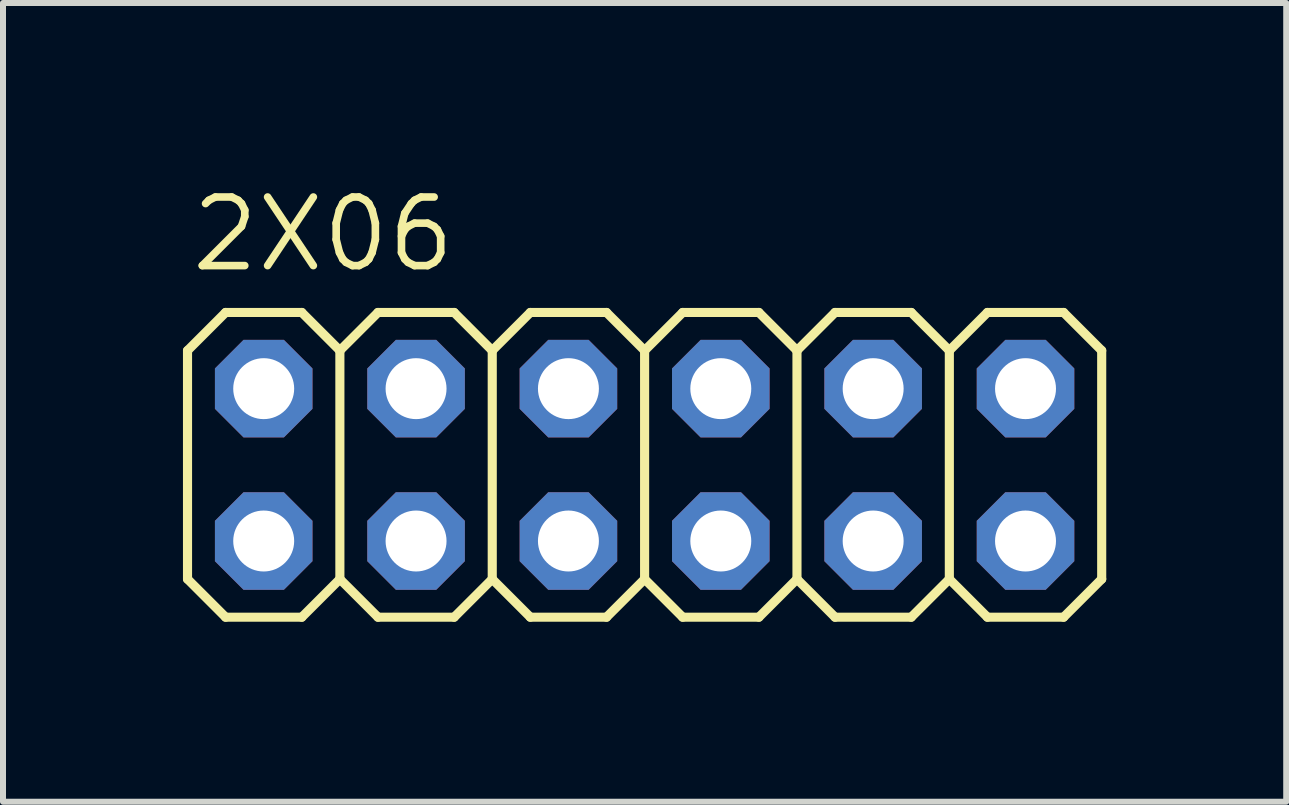
<source format=kicad_pcb>
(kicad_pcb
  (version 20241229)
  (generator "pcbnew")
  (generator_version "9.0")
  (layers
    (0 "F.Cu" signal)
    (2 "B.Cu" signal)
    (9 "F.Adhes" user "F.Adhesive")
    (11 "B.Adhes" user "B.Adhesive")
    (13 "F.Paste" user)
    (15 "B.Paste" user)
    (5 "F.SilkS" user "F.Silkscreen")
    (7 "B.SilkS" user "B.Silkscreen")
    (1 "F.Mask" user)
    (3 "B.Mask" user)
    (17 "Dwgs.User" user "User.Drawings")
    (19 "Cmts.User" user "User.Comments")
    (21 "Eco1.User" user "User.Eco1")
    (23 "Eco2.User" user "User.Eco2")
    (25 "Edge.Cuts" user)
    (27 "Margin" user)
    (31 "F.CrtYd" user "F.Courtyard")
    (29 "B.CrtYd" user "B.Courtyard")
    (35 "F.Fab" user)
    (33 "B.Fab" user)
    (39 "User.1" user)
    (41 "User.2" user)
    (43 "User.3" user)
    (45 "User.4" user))
  (footprint "2X06"
    (layer "F.Cu")
    (at 7.696 4.699)
    (property "Reference" "2X06" (at -7.62 -3.175 0) (layer "F.SilkS") (effects (font (size 1.143 1.143) (thickness 0.127)) (justify left bottom)))
    (fp_line (start -7.62 -1.905) (end -6.985 -2.54) (stroke (width 0.152) (type solid)) (layer "F.SilkS"))
    (fp_line (start -7.62 1.905) (end -7.62 -1.905) (stroke (width 0.152) (type solid)) (layer "F.SilkS"))
    (fp_line (start -7.62 1.905) (end -6.985 2.54) (stroke (width 0.152) (type solid)) (layer "F.SilkS"))
    (fp_line (start -6.985 -2.54) (end -5.715 -2.54) (stroke (width 0.152) (type solid)) (layer "F.SilkS"))
    (fp_line (start -6.985 2.54) (end -5.715 2.54) (stroke (width 0.152) (type solid)) (layer "F.SilkS"))
    (fp_line (start -5.715 -2.54) (end -5.08 -1.905) (stroke (width 0.152) (type solid)) (layer "F.SilkS"))
    (fp_line (start -5.715 2.54) (end -5.08 1.905) (stroke (width 0.152) (type solid)) (layer "F.SilkS"))
    (fp_line (start -5.08 -1.905) (end -5.08 1.905) (stroke (width 0.152) (type solid)) (layer "F.SilkS"))
    (fp_line (start -5.08 -1.905) (end -4.445 -2.54) (stroke (width 0.152) (type solid)) (layer "F.SilkS"))
    (fp_line (start -5.08 1.905) (end -4.445 2.54) (stroke (width 0.152) (type solid)) (layer "F.SilkS"))
    (fp_line (start -4.445 -2.54) (end -3.175 -2.54) (stroke (width 0.152) (type solid)) (layer "F.SilkS"))
    (fp_line (start -4.445 2.54) (end -3.175 2.54) (stroke (width 0.152) (type solid)) (layer "F.SilkS"))
    (fp_line (start -3.175 -2.54) (end -2.54 -1.905) (stroke (width 0.152) (type solid)) (layer "F.SilkS"))
    (fp_line (start -3.175 2.54) (end -2.54 1.905) (stroke (width 0.152) (type solid)) (layer "F.SilkS"))
    (fp_line (start -2.54 -1.905) (end -2.54 1.905) (stroke (width 0.152) (type solid)) (layer "F.SilkS"))
    (fp_line (start -2.54 -1.905) (end -1.905 -2.54) (stroke (width 0.152) (type solid)) (layer "F.SilkS"))
    (fp_line (start -2.54 1.905) (end -1.905 2.54) (stroke (width 0.152) (type solid)) (layer "F.SilkS"))
    (fp_line (start -1.905 -2.54) (end -0.635 -2.54) (stroke (width 0.152) (type solid)) (layer "F.SilkS"))
    (fp_line (start -1.905 2.54) (end -0.635 2.54) (stroke (width 0.152) (type solid)) (layer "F.SilkS"))
    (fp_line (start -0.635 -2.54) (end 0 -1.905) (stroke (width 0.152) (type solid)) (layer "F.SilkS"))
    (fp_line (start -0.635 2.54) (end 0 1.905) (stroke (width 0.152) (type solid)) (layer "F.SilkS"))
    (fp_line (start 0 -1.905) (end 0 1.905) (stroke (width 0.152) (type solid)) (layer "F.SilkS"))
    (fp_line (start 0 -1.905) (end 0.635 -2.54) (stroke (width 0.152) (type solid)) (layer "F.SilkS"))
    (fp_line (start 0 1.905) (end 0.635 2.54) (stroke (width 0.152) (type solid)) (layer "F.SilkS"))
    (fp_line (start 0.635 -2.54) (end 1.905 -2.54) (stroke (width 0.152) (type solid)) (layer "F.SilkS"))
    (fp_line (start 0.635 2.54) (end 1.905 2.54) (stroke (width 0.152) (type solid)) (layer "F.SilkS"))
    (fp_line (start 1.905 -2.54) (end 2.54 -1.905) (stroke (width 0.152) (type solid)) (layer "F.SilkS"))
    (fp_line (start 1.905 2.54) (end 2.54 1.905) (stroke (width 0.152) (type solid)) (layer "F.SilkS"))
    (fp_line (start 2.54 -1.905) (end 2.54 1.905) (stroke (width 0.152) (type solid)) (layer "F.SilkS"))
    (fp_line (start 2.54 -1.905) (end 3.175 -2.54) (stroke (width 0.152) (type solid)) (layer "F.SilkS"))
    (fp_line (start 2.54 1.905) (end 3.175 2.54) (stroke (width 0.152) (type solid)) (layer "F.SilkS"))
    (fp_line (start 3.175 -2.54) (end 4.445 -2.54) (stroke (width 0.152) (type solid)) (layer "F.SilkS"))
    (fp_line (start 3.175 2.54) (end 4.445 2.54) (stroke (width 0.152) (type solid)) (layer "F.SilkS"))
    (fp_line (start 4.445 -2.54) (end 5.08 -1.905) (stroke (width 0.152) (type solid)) (layer "F.SilkS"))
    (fp_line (start 4.445 2.54) (end 5.08 1.905) (stroke (width 0.152) (type solid)) (layer "F.SilkS"))
    (fp_line (start 5.08 -1.905) (end 5.08 1.905) (stroke (width 0.152) (type solid)) (layer "F.SilkS"))
    (fp_line (start 5.08 -1.905) (end 5.715 -2.54) (stroke (width 0.152) (type solid)) (layer "F.SilkS"))
    (fp_line (start 5.08 1.905) (end 5.715 2.54) (stroke (width 0.152) (type solid)) (layer "F.SilkS"))
    (fp_line (start 5.715 -2.54) (end 6.985 -2.54) (stroke (width 0.152) (type solid)) (layer "F.SilkS"))
    (fp_line (start 5.715 2.54) (end 6.985 2.54) (stroke (width 0.152) (type solid)) (layer "F.SilkS"))
    (fp_line (start 6.985 -2.54) (end 7.62 -1.905) (stroke (width 0.152) (type solid)) (layer "F.SilkS"))
    (fp_line (start 6.985 2.54) (end 7.62 1.905) (stroke (width 0.152) (type solid)) (layer "F.SilkS"))
    (fp_line (start 7.62 -1.905) (end 7.62 1.905) (stroke (width 0.152) (type solid)) (layer "F.SilkS"))
    (fp_poly (pts (xy -6.604 -1.016) (xy -6.096 -1.016) (xy -6.096 -1.524) (xy -6.604 -1.524)) (stroke (width 0.1) (type default)) (fill no) (layer "F.Fab"))
    (fp_poly (pts (xy -6.604 1.524) (xy -6.096 1.524) (xy -6.096 1.016) (xy -6.604 1.016)) (stroke (width 0.1) (type default)) (fill no) (layer "F.Fab"))
    (fp_poly (pts (xy -4.064 -1.016) (xy -3.556 -1.016) (xy -3.556 -1.524) (xy -4.064 -1.524)) (stroke (width 0.1) (type default)) (fill no) (layer "F.Fab"))
    (fp_poly (pts (xy -4.064 1.524) (xy -3.556 1.524) (xy -3.556 1.016) (xy -4.064 1.016)) (stroke (width 0.1) (type default)) (fill no) (layer "F.Fab"))
    (fp_poly (pts (xy -1.524 -1.016) (xy -1.016 -1.016) (xy -1.016 -1.524) (xy -1.524 -1.524)) (stroke (width 0.1) (type default)) (fill no) (layer "F.Fab"))
    (fp_poly (pts (xy -1.524 1.524) (xy -1.016 1.524) (xy -1.016 1.016) (xy -1.524 1.016)) (stroke (width 0.1) (type default)) (fill no) (layer "F.Fab"))
    (fp_poly (pts (xy 1.016 -1.016) (xy 1.524 -1.016) (xy 1.524 -1.524) (xy 1.016 -1.524)) (stroke (width 0.1) (type default)) (fill no) (layer "F.Fab"))
    (fp_poly (pts (xy 1.016 1.524) (xy 1.524 1.524) (xy 1.524 1.016) (xy 1.016 1.016)) (stroke (width 0.1) (type default)) (fill no) (layer "F.Fab"))
    (fp_poly (pts (xy 3.556 -1.016) (xy 4.064 -1.016) (xy 4.064 -1.524) (xy 3.556 -1.524)) (stroke (width 0.1) (type default)) (fill no) (layer "F.Fab"))
    (fp_poly (pts (xy 3.556 1.524) (xy 4.064 1.524) (xy 4.064 1.016) (xy 3.556 1.016)) (stroke (width 0.1) (type default)) (fill no) (layer "F.Fab"))
    (fp_poly (pts (xy 6.096 -1.016) (xy 6.604 -1.016) (xy 6.604 -1.524) (xy 6.096 -1.524)) (stroke (width 0.1) (type default)) (fill no) (layer "F.Fab"))
    (fp_poly (pts (xy 6.096 1.524) (xy 6.604 1.524) (xy 6.604 1.016) (xy 6.096 1.016)) (stroke (width 0.1) (type default)) (fill no) (layer "F.Fab"))
    (pad "1" thru_hole roundrect (at -6.35 1.27) (size 1.626 1.626) (drill 1.016) (layers "*.Cu" "*.Mask") (roundrect_rratio 0.25) (chamfer_ratio 0.293) (chamfer top_left top_right bottom_left bottom_right))
    (pad "2" thru_hole roundrect (at -6.35 -1.27) (size 1.626 1.626) (drill 1.016) (layers "*.Cu" "*.Mask") (roundrect_rratio 0.25) (chamfer_ratio 0.293) (chamfer top_left top_right bottom_left bottom_right))
    (pad "3" thru_hole roundrect (at -3.81 1.27) (size 1.626 1.626) (drill 1.016) (layers "*.Cu" "*.Mask") (roundrect_rratio 0.25) (chamfer_ratio 0.293) (chamfer top_left top_right bottom_left bottom_right))
    (pad "4" thru_hole roundrect (at -3.81 -1.27) (size 1.626 1.626) (drill 1.016) (layers "*.Cu" "*.Mask") (roundrect_rratio 0.25) (chamfer_ratio 0.293) (chamfer top_left top_right bottom_left bottom_right))
    (pad "5" thru_hole roundrect (at -1.27 1.27) (size 1.626 1.626) (drill 1.016) (layers "*.Cu" "*.Mask") (roundrect_rratio 0.25) (chamfer_ratio 0.293) (chamfer top_left top_right bottom_left bottom_right))
    (pad "6" thru_hole roundrect (at -1.27 -1.27) (size 1.626 1.626) (drill 1.016) (layers "*.Cu" "*.Mask") (roundrect_rratio 0.25) (chamfer_ratio 0.293) (chamfer top_left top_right bottom_left bottom_right))
    (pad "7" thru_hole roundrect (at 1.27 1.27) (size 1.626 1.626) (drill 1.016) (layers "*.Cu" "*.Mask") (roundrect_rratio 0.25) (chamfer_ratio 0.293) (chamfer top_left top_right bottom_left bottom_right))
    (pad "8" thru_hole roundrect (at 1.27 -1.27) (size 1.626 1.626) (drill 1.016) (layers "*.Cu" "*.Mask") (roundrect_rratio 0.25) (chamfer_ratio 0.293) (chamfer top_left top_right bottom_left bottom_right))
    (pad "9" thru_hole roundrect (at 3.81 1.27) (size 1.626 1.626) (drill 1.016) (layers "*.Cu" "*.Mask") (roundrect_rratio 0.25) (chamfer_ratio 0.293) (chamfer top_left top_right bottom_left bottom_right))
    (pad "10" thru_hole roundrect (at 3.81 -1.27) (size 1.626 1.626) (drill 1.016) (layers "*.Cu" "*.Mask") (roundrect_rratio 0.25) (chamfer_ratio 0.293) (chamfer top_left top_right bottom_left bottom_right))
    (pad "11" thru_hole roundrect (at 6.35 1.27) (size 1.626 1.626) (drill 1.016) (layers "*.Cu" "*.Mask") (roundrect_rratio 0.25) (chamfer_ratio 0.293) (chamfer top_left top_right bottom_left bottom_right))
    (pad "12" thru_hole roundrect (at 6.35 -1.27) (size 1.626 1.626) (drill 1.016) (layers "*.Cu" "*.Mask") (roundrect_rratio 0.25) (chamfer_ratio 0.293) (chamfer top_left top_right bottom_left bottom_right)))
  (gr_rect
    (start -3 -3)
    (end 18.392 10.315)
    (stroke (width 0.1) (type default))
    (fill no)
    (layer "Edge.Cuts")))
</source>
